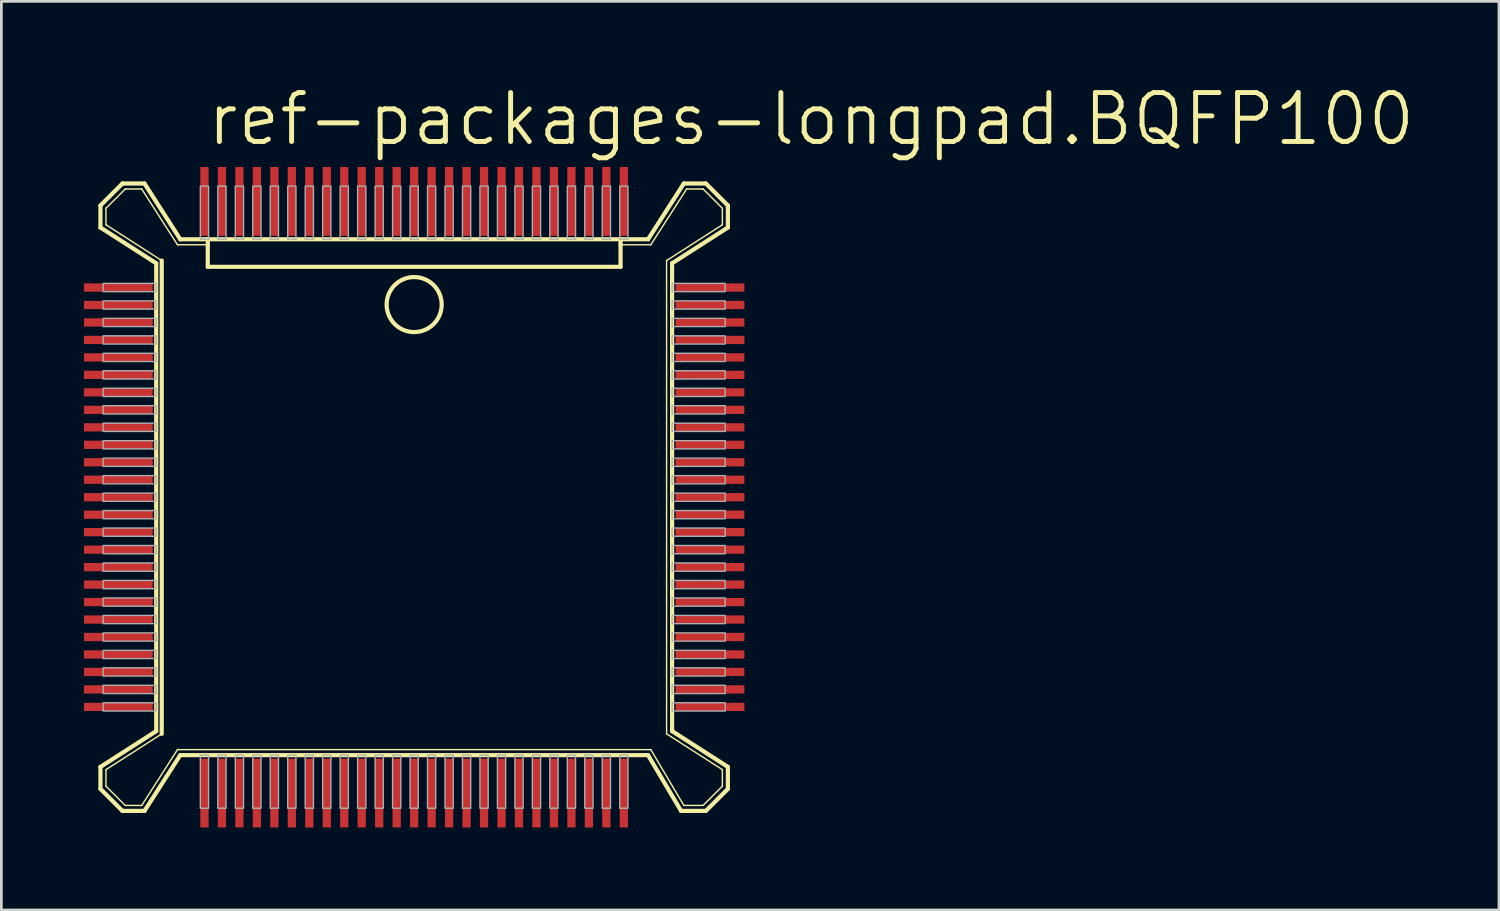
<source format=kicad_pcb>
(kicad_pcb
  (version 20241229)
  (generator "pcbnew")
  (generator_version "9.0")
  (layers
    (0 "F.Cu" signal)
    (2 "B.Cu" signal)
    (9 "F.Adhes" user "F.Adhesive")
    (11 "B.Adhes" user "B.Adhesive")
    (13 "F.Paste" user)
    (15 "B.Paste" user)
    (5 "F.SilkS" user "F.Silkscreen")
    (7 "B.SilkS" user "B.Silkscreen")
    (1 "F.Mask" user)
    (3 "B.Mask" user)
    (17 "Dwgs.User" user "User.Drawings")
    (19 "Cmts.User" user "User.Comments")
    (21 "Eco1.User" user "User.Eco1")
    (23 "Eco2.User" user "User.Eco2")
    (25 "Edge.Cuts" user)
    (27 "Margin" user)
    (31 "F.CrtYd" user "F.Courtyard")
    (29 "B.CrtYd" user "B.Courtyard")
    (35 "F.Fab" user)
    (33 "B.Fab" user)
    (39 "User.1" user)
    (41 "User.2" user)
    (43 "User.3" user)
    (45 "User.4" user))
  (footprint "ref-packages-longpad.BQFP100"
    (layer "F.Cu")
    (at 12 15.018)
    (property "Reference" "ref-packages-longpad.BQFP100" (at -7.62 -12.7 0) (layer "F.SilkS") (effects (font (size 1.778 1.778) (thickness 0.18)) (justify left bottom)))
    (attr smd)
    (fp_line (start -11.4 -10.6) (end -11.4 -9.8) (stroke (width 0.152) (type default)) (layer "F.SilkS"))
    (fp_line (start -11.4 10.6) (end -11.4 9.8) (stroke (width 0.152) (type default)) (layer "F.SilkS"))
    (fp_line (start -11.2 -10.5) (end -10.5 -11.2) (stroke (width 0.051) (type default)) (layer "F.SilkS"))
    (fp_line (start -11.2 -9.9) (end -11.2 -10.5) (stroke (width 0.051) (type default)) (layer "F.SilkS"))
    (fp_line (start -11.2 9.9) (end -9.173 8.6) (stroke (width 0.051) (type default)) (layer "F.SilkS"))
    (fp_line (start -11.2 10.5) (end -11.2 9.9) (stroke (width 0.051) (type default)) (layer "F.SilkS"))
    (fp_line (start -10.6 -11.4) (end -11.4 -10.6) (stroke (width 0.152) (type default)) (layer "F.SilkS"))
    (fp_line (start -10.6 -11.4) (end -9.8 -11.4) (stroke (width 0.152) (type default)) (layer "F.SilkS"))
    (fp_line (start -10.6 11.4) (end -11.4 10.6) (stroke (width 0.152) (type default)) (layer "F.SilkS"))
    (fp_line (start -10.6 11.4) (end -9.8 11.4) (stroke (width 0.152) (type default)) (layer "F.SilkS"))
    (fp_line (start -10.5 -11.2) (end -9.9 -11.2) (stroke (width 0.051) (type default)) (layer "F.SilkS"))
    (fp_line (start -10.5 11.2) (end -11.2 10.5) (stroke (width 0.051) (type default)) (layer "F.SilkS"))
    (fp_line (start -9.9 -11.2) (end -8.6 -9.173) (stroke (width 0.051) (type default)) (layer "F.SilkS"))
    (fp_line (start -9.9 11.2) (end -10.5 11.2) (stroke (width 0.051) (type default)) (layer "F.SilkS"))
    (fp_line (start -9.8 -11.4) (end -8.5 -9.373) (stroke (width 0.152) (type default)) (layer "F.SilkS"))
    (fp_line (start -9.8 11.4) (end -8.5 9.373) (stroke (width 0.152) (type default)) (layer "F.SilkS"))
    (fp_line (start -9.373 -8.5) (end -11.4 -9.8) (stroke (width 0.152) (type default)) (layer "F.SilkS"))
    (fp_line (start -9.373 8.5) (end -11.4 9.8) (stroke (width 0.152) (type default)) (layer "F.SilkS"))
    (fp_line (start -9.373 8.5) (end -9.373 -8.5) (stroke (width 0.152) (type default)) (layer "F.SilkS"))
    (fp_line (start -9.173 -8.6) (end -11.2 -9.9) (stroke (width 0.051) (type default)) (layer "F.SilkS"))
    (fp_line (start -9.173 8.6) (end -9.173 -8.6) (stroke (width 0.152) (type default)) (layer "F.SilkS"))
    (fp_line (start -8.6 -9.173) (end -7.5 -9.173) (stroke (width 0.051) (type default)) (layer "F.SilkS"))
    (fp_line (start -8.6 9.173) (end -9.9 11.2) (stroke (width 0.051) (type default)) (layer "F.SilkS"))
    (fp_line (start -8.5 -9.373) (end -7.5 -9.373) (stroke (width 0.152) (type default)) (layer "F.SilkS"))
    (fp_line (start -7.5 -9.373) (end 7.5 -9.373) (stroke (width 0.152) (type default)) (layer "F.SilkS"))
    (fp_line (start -7.5 -9.173) (end -7.5 -9.373) (stroke (width 0.152) (type default)) (layer "F.SilkS"))
    (fp_line (start -7.5 -8.373) (end -7.5 -9.173) (stroke (width 0.152) (type default)) (layer "F.SilkS"))
    (fp_line (start 7.5 -9.373) (end 7.5 -9.173) (stroke (width 0.152) (type default)) (layer "F.SilkS"))
    (fp_line (start 7.5 -9.373) (end 8.5 -9.373) (stroke (width 0.152) (type default)) (layer "F.SilkS"))
    (fp_line (start 7.5 -9.173) (end 7.5 -8.373) (stroke (width 0.152) (type default)) (layer "F.SilkS"))
    (fp_line (start 7.5 -8.373) (end -7.5 -8.373) (stroke (width 0.152) (type default)) (layer "F.SilkS"))
    (fp_line (start 8.5 9.373) (end -8.5 9.373) (stroke (width 0.152) (type default)) (layer "F.SilkS"))
    (fp_line (start 8.6 -9.173) (end 7.5 -9.173) (stroke (width 0.051) (type default)) (layer "F.SilkS"))
    (fp_line (start 8.6 9.173) (end -8.6 9.173) (stroke (width 0.051) (type default)) (layer "F.SilkS"))
    (fp_line (start 9.173 -8.6) (end 11.2 -9.9) (stroke (width 0.051) (type default)) (layer "F.SilkS"))
    (fp_line (start 9.173 8.6) (end 9.173 -8.6) (stroke (width 0.051) (type default)) (layer "F.SilkS"))
    (fp_line (start 9.373 -8.5) (end 9.373 8.5) (stroke (width 0.152) (type default)) (layer "F.SilkS"))
    (fp_line (start 9.7 11.4) (end 8.5 9.373) (stroke (width 0.152) (type default)) (layer "F.SilkS"))
    (fp_line (start 9.8 -11.4) (end 8.5 -9.373) (stroke (width 0.152) (type default)) (layer "F.SilkS"))
    (fp_line (start 9.8 11.2) (end 8.6 9.173) (stroke (width 0.051) (type default)) (layer "F.SilkS"))
    (fp_line (start 9.9 -11.2) (end 8.6 -9.173) (stroke (width 0.051) (type default)) (layer "F.SilkS"))
    (fp_line (start 10.5 -11.2) (end 9.9 -11.2) (stroke (width 0.051) (type default)) (layer "F.SilkS"))
    (fp_line (start 10.5 11.2) (end 9.8 11.2) (stroke (width 0.051) (type default)) (layer "F.SilkS"))
    (fp_line (start 10.6 -11.4) (end 9.8 -11.4) (stroke (width 0.152) (type default)) (layer "F.SilkS"))
    (fp_line (start 10.6 11.4) (end 9.7 11.4) (stroke (width 0.152) (type default)) (layer "F.SilkS"))
    (fp_line (start 10.6 11.4) (end 11.4 10.6) (stroke (width 0.152) (type default)) (layer "F.SilkS"))
    (fp_line (start 11.2 -10.5) (end 10.5 -11.2) (stroke (width 0.051) (type default)) (layer "F.SilkS"))
    (fp_line (start 11.2 -9.9) (end 11.2 -10.5) (stroke (width 0.051) (type default)) (layer "F.SilkS"))
    (fp_line (start 11.2 9.9) (end 9.173 8.6) (stroke (width 0.051) (type default)) (layer "F.SilkS"))
    (fp_line (start 11.2 10.5) (end 10.5 11.2) (stroke (width 0.051) (type default)) (layer "F.SilkS"))
    (fp_line (start 11.2 10.5) (end 11.2 9.9) (stroke (width 0.051) (type default)) (layer "F.SilkS"))
    (fp_line (start 11.4 -10.6) (end 10.6 -11.4) (stroke (width 0.152) (type default)) (layer "F.SilkS"))
    (fp_line (start 11.4 -10.6) (end 11.4 -9.8) (stroke (width 0.152) (type default)) (layer "F.SilkS"))
    (fp_line (start 11.4 -9.8) (end 9.373 -8.5) (stroke (width 0.152) (type default)) (layer "F.SilkS"))
    (fp_line (start 11.4 9.8) (end 9.373 8.5) (stroke (width 0.152) (type default)) (layer "F.SilkS"))
    (fp_line (start 11.4 10.6) (end 11.4 9.8) (stroke (width 0.152) (type default)) (layer "F.SilkS"))
    (fp_circle (center 0 -7) (end 1 -7) (stroke (width 0.152) (type default)) (fill no) (layer "F.SilkS"))
    (fp_rect (start -11.303 -7.47) (end -9.373 -7.77) (stroke (width 0.05) (type default)) (fill no) (layer "F.Fab"))
    (fp_rect (start -11.303 -6.835) (end -9.373 -7.135) (stroke (width 0.05) (type default)) (fill no) (layer "F.Fab"))
    (fp_rect (start -11.303 -6.2) (end -9.373 -6.5) (stroke (width 0.05) (type default)) (fill no) (layer "F.Fab"))
    (fp_rect (start -11.303 -5.565) (end -9.373 -5.865) (stroke (width 0.05) (type default)) (fill no) (layer "F.Fab"))
    (fp_rect (start -11.303 -4.93) (end -9.373 -5.23) (stroke (width 0.05) (type default)) (fill no) (layer "F.Fab"))
    (fp_rect (start -11.303 -4.295) (end -9.373 -4.595) (stroke (width 0.05) (type default)) (fill no) (layer "F.Fab"))
    (fp_rect (start -11.303 -3.66) (end -9.373 -3.96) (stroke (width 0.05) (type default)) (fill no) (layer "F.Fab"))
    (fp_rect (start -11.303 -3.025) (end -9.373 -3.325) (stroke (width 0.05) (type default)) (fill no) (layer "F.Fab"))
    (fp_rect (start -11.303 -2.39) (end -9.373 -2.69) (stroke (width 0.05) (type default)) (fill no) (layer "F.Fab"))
    (fp_rect (start -11.303 -1.755) (end -9.373 -2.055) (stroke (width 0.05) (type default)) (fill no) (layer "F.Fab"))
    (fp_rect (start -11.303 -1.12) (end -9.373 -1.42) (stroke (width 0.05) (type default)) (fill no) (layer "F.Fab"))
    (fp_rect (start -11.303 -0.485) (end -9.373 -0.785) (stroke (width 0.05) (type default)) (fill no) (layer "F.Fab"))
    (fp_rect (start -11.303 0.15) (end -9.373 -0.15) (stroke (width 0.05) (type default)) (fill no) (layer "F.Fab"))
    (fp_rect (start -11.303 0.785) (end -9.373 0.485) (stroke (width 0.05) (type default)) (fill no) (layer "F.Fab"))
    (fp_rect (start -11.303 1.42) (end -9.373 1.12) (stroke (width 0.05) (type default)) (fill no) (layer "F.Fab"))
    (fp_rect (start -11.303 2.055) (end -9.373 1.755) (stroke (width 0.05) (type default)) (fill no) (layer "F.Fab"))
    (fp_rect (start -11.303 2.69) (end -9.373 2.39) (stroke (width 0.05) (type default)) (fill no) (layer "F.Fab"))
    (fp_rect (start -11.303 3.325) (end -9.373 3.025) (stroke (width 0.05) (type default)) (fill no) (layer "F.Fab"))
    (fp_rect (start -11.303 3.96) (end -9.373 3.66) (stroke (width 0.05) (type default)) (fill no) (layer "F.Fab"))
    (fp_rect (start -11.303 4.595) (end -9.373 4.295) (stroke (width 0.05) (type default)) (fill no) (layer "F.Fab"))
    (fp_rect (start -11.303 5.23) (end -9.373 4.93) (stroke (width 0.05) (type default)) (fill no) (layer "F.Fab"))
    (fp_rect (start -11.303 5.865) (end -9.373 5.565) (stroke (width 0.05) (type default)) (fill no) (layer "F.Fab"))
    (fp_rect (start -11.303 6.5) (end -9.373 6.2) (stroke (width 0.05) (type default)) (fill no) (layer "F.Fab"))
    (fp_rect (start -11.303 7.135) (end -9.373 6.835) (stroke (width 0.05) (type default)) (fill no) (layer "F.Fab"))
    (fp_rect (start -11.303 7.77) (end -9.373 7.47) (stroke (width 0.05) (type default)) (fill no) (layer "F.Fab"))
    (fp_rect (start -7.77 -9.373) (end -7.47 -11.303) (stroke (width 0.05) (type default)) (fill no) (layer "F.Fab"))
    (fp_rect (start -7.77 11.303) (end -7.47 9.373) (stroke (width 0.05) (type default)) (fill no) (layer "F.Fab"))
    (fp_rect (start -7.135 -9.373) (end -6.835 -11.303) (stroke (width 0.05) (type default)) (fill no) (layer "F.Fab"))
    (fp_rect (start -7.135 11.303) (end -6.835 9.373) (stroke (width 0.05) (type default)) (fill no) (layer "F.Fab"))
    (fp_rect (start -6.5 -9.373) (end -6.2 -11.303) (stroke (width 0.05) (type default)) (fill no) (layer "F.Fab"))
    (fp_rect (start -6.5 11.303) (end -6.2 9.373) (stroke (width 0.05) (type default)) (fill no) (layer "F.Fab"))
    (fp_rect (start -5.865 -9.373) (end -5.565 -11.303) (stroke (width 0.05) (type default)) (fill no) (layer "F.Fab"))
    (fp_rect (start -5.865 11.303) (end -5.565 9.373) (stroke (width 0.05) (type default)) (fill no) (layer "F.Fab"))
    (fp_rect (start -5.23 -9.373) (end -4.93 -11.303) (stroke (width 0.05) (type default)) (fill no) (layer "F.Fab"))
    (fp_rect (start -5.23 11.303) (end -4.93 9.373) (stroke (width 0.05) (type default)) (fill no) (layer "F.Fab"))
    (fp_rect (start -4.595 -9.373) (end -4.295 -11.303) (stroke (width 0.05) (type default)) (fill no) (layer "F.Fab"))
    (fp_rect (start -4.595 11.303) (end -4.295 9.373) (stroke (width 0.05) (type default)) (fill no) (layer "F.Fab"))
    (fp_rect (start -3.96 -9.373) (end -3.66 -11.303) (stroke (width 0.05) (type default)) (fill no) (layer "F.Fab"))
    (fp_rect (start -3.96 11.303) (end -3.66 9.373) (stroke (width 0.05) (type default)) (fill no) (layer "F.Fab"))
    (fp_rect (start -3.325 -9.373) (end -3.025 -11.303) (stroke (width 0.05) (type default)) (fill no) (layer "F.Fab"))
    (fp_rect (start -3.325 11.303) (end -3.025 9.373) (stroke (width 0.05) (type default)) (fill no) (layer "F.Fab"))
    (fp_rect (start -2.69 -9.373) (end -2.39 -11.303) (stroke (width 0.05) (type default)) (fill no) (layer "F.Fab"))
    (fp_rect (start -2.69 11.303) (end -2.39 9.373) (stroke (width 0.05) (type default)) (fill no) (layer "F.Fab"))
    (fp_rect (start -2.055 -9.373) (end -1.755 -11.303) (stroke (width 0.05) (type default)) (fill no) (layer "F.Fab"))
    (fp_rect (start -2.055 11.303) (end -1.755 9.373) (stroke (width 0.05) (type default)) (fill no) (layer "F.Fab"))
    (fp_rect (start -1.42 -9.373) (end -1.12 -11.303) (stroke (width 0.05) (type default)) (fill no) (layer "F.Fab"))
    (fp_rect (start -1.42 11.303) (end -1.12 9.373) (stroke (width 0.05) (type default)) (fill no) (layer "F.Fab"))
    (fp_rect (start -0.785 -9.373) (end -0.485 -11.303) (stroke (width 0.05) (type default)) (fill no) (layer "F.Fab"))
    (fp_rect (start -0.785 11.303) (end -0.485 9.373) (stroke (width 0.05) (type default)) (fill no) (layer "F.Fab"))
    (fp_rect (start -0.15 -9.373) (end 0.15 -11.303) (stroke (width 0.05) (type default)) (fill no) (layer "F.Fab"))
    (fp_rect (start -0.15 11.303) (end 0.15 9.373) (stroke (width 0.05) (type default)) (fill no) (layer "F.Fab"))
    (fp_rect (start 0.485 -9.373) (end 0.785 -11.303) (stroke (width 0.05) (type default)) (fill no) (layer "F.Fab"))
    (fp_rect (start 0.485 11.303) (end 0.785 9.373) (stroke (width 0.05) (type default)) (fill no) (layer "F.Fab"))
    (fp_rect (start 1.12 -9.373) (end 1.42 -11.303) (stroke (width 0.05) (type default)) (fill no) (layer "F.Fab"))
    (fp_rect (start 1.12 11.303) (end 1.42 9.373) (stroke (width 0.05) (type default)) (fill no) (layer "F.Fab"))
    (fp_rect (start 1.755 -9.373) (end 2.055 -11.303) (stroke (width 0.05) (type default)) (fill no) (layer "F.Fab"))
    (fp_rect (start 1.755 11.303) (end 2.055 9.373) (stroke (width 0.05) (type default)) (fill no) (layer "F.Fab"))
    (fp_rect (start 2.39 -9.373) (end 2.69 -11.303) (stroke (width 0.05) (type default)) (fill no) (layer "F.Fab"))
    (fp_rect (start 2.39 11.303) (end 2.69 9.373) (stroke (width 0.05) (type default)) (fill no) (layer "F.Fab"))
    (fp_rect (start 3.025 -9.373) (end 3.325 -11.303) (stroke (width 0.05) (type default)) (fill no) (layer "F.Fab"))
    (fp_rect (start 3.025 11.303) (end 3.325 9.373) (stroke (width 0.05) (type default)) (fill no) (layer "F.Fab"))
    (fp_rect (start 3.66 -9.373) (end 3.96 -11.303) (stroke (width 0.05) (type default)) (fill no) (layer "F.Fab"))
    (fp_rect (start 3.66 11.303) (end 3.96 9.373) (stroke (width 0.05) (type default)) (fill no) (layer "F.Fab"))
    (fp_rect (start 4.295 -9.373) (end 4.595 -11.303) (stroke (width 0.05) (type default)) (fill no) (layer "F.Fab"))
    (fp_rect (start 4.295 11.303) (end 4.595 9.373) (stroke (width 0.05) (type default)) (fill no) (layer "F.Fab"))
    (fp_rect (start 4.93 -9.373) (end 5.23 -11.303) (stroke (width 0.05) (type default)) (fill no) (layer "F.Fab"))
    (fp_rect (start 4.93 11.303) (end 5.23 9.373) (stroke (width 0.05) (type default)) (fill no) (layer "F.Fab"))
    (fp_rect (start 5.565 -9.373) (end 5.865 -11.303) (stroke (width 0.05) (type default)) (fill no) (layer "F.Fab"))
    (fp_rect (start 5.565 11.303) (end 5.865 9.373) (stroke (width 0.05) (type default)) (fill no) (layer "F.Fab"))
    (fp_rect (start 6.2 -9.373) (end 6.5 -11.303) (stroke (width 0.05) (type default)) (fill no) (layer "F.Fab"))
    (fp_rect (start 6.2 11.303) (end 6.5 9.373) (stroke (width 0.05) (type default)) (fill no) (layer "F.Fab"))
    (fp_rect (start 6.835 -9.373) (end 7.135 -11.303) (stroke (width 0.05) (type default)) (fill no) (layer "F.Fab"))
    (fp_rect (start 6.835 11.303) (end 7.135 9.373) (stroke (width 0.05) (type default)) (fill no) (layer "F.Fab"))
    (fp_rect (start 7.47 -9.373) (end 7.77 -11.303) (stroke (width 0.05) (type default)) (fill no) (layer "F.Fab"))
    (fp_rect (start 7.47 11.303) (end 7.77 9.373) (stroke (width 0.05) (type default)) (fill no) (layer "F.Fab"))
    (fp_rect (start 9.373 -7.47) (end 11.303 -7.77) (stroke (width 0.05) (type default)) (fill no) (layer "F.Fab"))
    (fp_rect (start 9.373 -6.835) (end 11.303 -7.135) (stroke (width 0.05) (type default)) (fill no) (layer "F.Fab"))
    (fp_rect (start 9.373 -6.2) (end 11.303 -6.5) (stroke (width 0.05) (type default)) (fill no) (layer "F.Fab"))
    (fp_rect (start 9.373 -5.565) (end 11.303 -5.865) (stroke (width 0.05) (type default)) (fill no) (layer "F.Fab"))
    (fp_rect (start 9.373 -4.93) (end 11.303 -5.23) (stroke (width 0.05) (type default)) (fill no) (layer "F.Fab"))
    (fp_rect (start 9.373 -4.295) (end 11.303 -4.595) (stroke (width 0.05) (type default)) (fill no) (layer "F.Fab"))
    (fp_rect (start 9.373 -3.66) (end 11.303 -3.96) (stroke (width 0.05) (type default)) (fill no) (layer "F.Fab"))
    (fp_rect (start 9.373 -3.025) (end 11.303 -3.325) (stroke (width 0.05) (type default)) (fill no) (layer "F.Fab"))
    (fp_rect (start 9.373 -2.39) (end 11.303 -2.69) (stroke (width 0.05) (type default)) (fill no) (layer "F.Fab"))
    (fp_rect (start 9.373 -1.755) (end 11.303 -2.055) (stroke (width 0.05) (type default)) (fill no) (layer "F.Fab"))
    (fp_rect (start 9.373 -1.12) (end 11.303 -1.42) (stroke (width 0.05) (type default)) (fill no) (layer "F.Fab"))
    (fp_rect (start 9.373 -0.485) (end 11.303 -0.785) (stroke (width 0.05) (type default)) (fill no) (layer "F.Fab"))
    (fp_rect (start 9.373 0.15) (end 11.303 -0.15) (stroke (width 0.05) (type default)) (fill no) (layer "F.Fab"))
    (fp_rect (start 9.373 0.785) (end 11.303 0.485) (stroke (width 0.05) (type default)) (fill no) (layer "F.Fab"))
    (fp_rect (start 9.373 1.42) (end 11.303 1.12) (stroke (width 0.05) (type default)) (fill no) (layer "F.Fab"))
    (fp_rect (start 9.373 2.055) (end 11.303 1.755) (stroke (width 0.05) (type default)) (fill no) (layer "F.Fab"))
    (fp_rect (start 9.373 2.69) (end 11.303 2.39) (stroke (width 0.05) (type default)) (fill no) (layer "F.Fab"))
    (fp_rect (start 9.373 3.325) (end 11.303 3.025) (stroke (width 0.05) (type default)) (fill no) (layer "F.Fab"))
    (fp_rect (start 9.373 3.96) (end 11.303 3.66) (stroke (width 0.05) (type default)) (fill no) (layer "F.Fab"))
    (fp_rect (start 9.373 4.595) (end 11.303 4.295) (stroke (width 0.05) (type default)) (fill no) (layer "F.Fab"))
    (fp_rect (start 9.373 5.23) (end 11.303 4.93) (stroke (width 0.05) (type default)) (fill no) (layer "F.Fab"))
    (fp_rect (start 9.373 5.865) (end 11.303 5.565) (stroke (width 0.05) (type default)) (fill no) (layer "F.Fab"))
    (fp_rect (start 9.373 6.5) (end 11.303 6.2) (stroke (width 0.05) (type default)) (fill no) (layer "F.Fab"))
    (fp_rect (start 9.373 7.135) (end 11.303 6.835) (stroke (width 0.05) (type default)) (fill no) (layer "F.Fab"))
    (fp_rect (start 9.373 7.77) (end 11.303 7.47) (stroke (width 0.05) (type default)) (fill no) (layer "F.Fab"))
    (pad "1" smd roundrect (at 0 -10.75) (size 0.3 2.5) (layers "F.Cu" "F.Mask" "F.Paste") (roundrect_rratio 0.01))
    (pad "2" smd roundrect (at -0.635 -10.75) (size 0.3 2.5) (layers "F.Cu" "F.Mask" "F.Paste") (roundrect_rratio 0.01))
    (pad "3" smd roundrect (at -1.27 -10.75) (size 0.3 2.5) (layers "F.Cu" "F.Mask" "F.Paste") (roundrect_rratio 0.01))
    (pad "4" smd roundrect (at -1.905 -10.75) (size 0.3 2.5) (layers "F.Cu" "F.Mask" "F.Paste") (roundrect_rratio 0.01))
    (pad "5" smd roundrect (at -2.54 -10.75) (size 0.3 2.5) (layers "F.Cu" "F.Mask" "F.Paste") (roundrect_rratio 0.01))
    (pad "6" smd roundrect (at -3.175 -10.75) (size 0.3 2.5) (layers "F.Cu" "F.Mask" "F.Paste") (roundrect_rratio 0.01))
    (pad "7" smd roundrect (at -3.81 -10.75) (size 0.3 2.5) (layers "F.Cu" "F.Mask" "F.Paste") (roundrect_rratio 0.01))
    (pad "8" smd roundrect (at -4.445 -10.75) (size 0.3 2.5) (layers "F.Cu" "F.Mask" "F.Paste") (roundrect_rratio 0.01))
    (pad "9" smd roundrect (at -5.08 -10.75) (size 0.3 2.5) (layers "F.Cu" "F.Mask" "F.Paste") (roundrect_rratio 0.01))
    (pad "10" smd roundrect (at -5.715 -10.75) (size 0.3 2.5) (layers "F.Cu" "F.Mask" "F.Paste") (roundrect_rratio 0.01))
    (pad "11" smd roundrect (at -6.35 -10.75) (size 0.3 2.5) (layers "F.Cu" "F.Mask" "F.Paste") (roundrect_rratio 0.01))
    (pad "12" smd roundrect (at -6.985 -10.75) (size 0.3 2.5) (layers "F.Cu" "F.Mask" "F.Paste") (roundrect_rratio 0.01))
    (pad "13" smd roundrect (at -7.62 -10.75) (size 0.3 2.5) (layers "F.Cu" "F.Mask" "F.Paste") (roundrect_rratio 0.01))
    (pad "14" smd roundrect (at -10.75 -7.62) (size 2.5 0.3) (layers "F.Cu" "F.Mask" "F.Paste") (roundrect_rratio 0.01))
    (pad "15" smd roundrect (at -10.75 -6.985) (size 2.5 0.3) (layers "F.Cu" "F.Mask" "F.Paste") (roundrect_rratio 0.01))
    (pad "16" smd roundrect (at -10.75 -6.35) (size 2.5 0.3) (layers "F.Cu" "F.Mask" "F.Paste") (roundrect_rratio 0.01))
    (pad "17" smd roundrect (at -10.75 -5.715) (size 2.5 0.3) (layers "F.Cu" "F.Mask" "F.Paste") (roundrect_rratio 0.01))
    (pad "18" smd roundrect (at -10.75 -5.08) (size 2.5 0.3) (layers "F.Cu" "F.Mask" "F.Paste") (roundrect_rratio 0.01))
    (pad "19" smd roundrect (at -10.75 -4.445) (size 2.5 0.3) (layers "F.Cu" "F.Mask" "F.Paste") (roundrect_rratio 0.01))
    (pad "20" smd roundrect (at -10.75 -3.81) (size 2.5 0.3) (layers "F.Cu" "F.Mask" "F.Paste") (roundrect_rratio 0.01))
    (pad "21" smd roundrect (at -10.75 -3.175) (size 2.5 0.3) (layers "F.Cu" "F.Mask" "F.Paste") (roundrect_rratio 0.01))
    (pad "22" smd roundrect (at -10.75 -2.54) (size 2.5 0.3) (layers "F.Cu" "F.Mask" "F.Paste") (roundrect_rratio 0.01))
    (pad "23" smd roundrect (at -10.75 -1.905) (size 2.5 0.3) (layers "F.Cu" "F.Mask" "F.Paste") (roundrect_rratio 0.01))
    (pad "24" smd roundrect (at -10.75 -1.27) (size 2.5 0.3) (layers "F.Cu" "F.Mask" "F.Paste") (roundrect_rratio 0.01))
    (pad "25" smd roundrect (at -10.75 -0.635) (size 2.5 0.3) (layers "F.Cu" "F.Mask" "F.Paste") (roundrect_rratio 0.01))
    (pad "26" smd roundrect (at -10.75 0) (size 2.5 0.3) (layers "F.Cu" "F.Mask" "F.Paste") (roundrect_rratio 0.01))
    (pad "27" smd roundrect (at -10.75 0.635) (size 2.5 0.3) (layers "F.Cu" "F.Mask" "F.Paste") (roundrect_rratio 0.01))
    (pad "28" smd roundrect (at -10.75 1.27) (size 2.5 0.3) (layers "F.Cu" "F.Mask" "F.Paste") (roundrect_rratio 0.01))
    (pad "29" smd roundrect (at -10.75 1.905) (size 2.5 0.3) (layers "F.Cu" "F.Mask" "F.Paste") (roundrect_rratio 0.01))
    (pad "30" smd roundrect (at -10.75 2.54) (size 2.5 0.3) (layers "F.Cu" "F.Mask" "F.Paste") (roundrect_rratio 0.01))
    (pad "31" smd roundrect (at -10.75 3.175) (size 2.5 0.3) (layers "F.Cu" "F.Mask" "F.Paste") (roundrect_rratio 0.01))
    (pad "32" smd roundrect (at -10.75 3.81) (size 2.5 0.3) (layers "F.Cu" "F.Mask" "F.Paste") (roundrect_rratio 0.01))
    (pad "33" smd roundrect (at -10.75 4.445) (size 2.5 0.3) (layers "F.Cu" "F.Mask" "F.Paste") (roundrect_rratio 0.01))
    (pad "34" smd roundrect (at -10.75 5.08) (size 2.5 0.3) (layers "F.Cu" "F.Mask" "F.Paste") (roundrect_rratio 0.01))
    (pad "35" smd roundrect (at -10.75 5.715) (size 2.5 0.3) (layers "F.Cu" "F.Mask" "F.Paste") (roundrect_rratio 0.01))
    (pad "36" smd roundrect (at -10.75 6.35) (size 2.5 0.3) (layers "F.Cu" "F.Mask" "F.Paste") (roundrect_rratio 0.01))
    (pad "37" smd roundrect (at -10.75 6.985) (size 2.5 0.3) (layers "F.Cu" "F.Mask" "F.Paste") (roundrect_rratio 0.01))
    (pad "38" smd roundrect (at -10.75 7.62) (size 2.5 0.3) (layers "F.Cu" "F.Mask" "F.Paste") (roundrect_rratio 0.01))
    (pad "39" smd roundrect (at -7.62 10.75) (size 0.3 2.5) (layers "F.Cu" "F.Mask" "F.Paste") (roundrect_rratio 0.01))
    (pad "40" smd roundrect (at -6.985 10.75) (size 0.3 2.5) (layers "F.Cu" "F.Mask" "F.Paste") (roundrect_rratio 0.01))
    (pad "41" smd roundrect (at -6.35 10.75) (size 0.3 2.5) (layers "F.Cu" "F.Mask" "F.Paste") (roundrect_rratio 0.01))
    (pad "42" smd roundrect (at -5.715 10.75) (size 0.3 2.5) (layers "F.Cu" "F.Mask" "F.Paste") (roundrect_rratio 0.01))
    (pad "43" smd roundrect (at -5.08 10.75) (size 0.3 2.5) (layers "F.Cu" "F.Mask" "F.Paste") (roundrect_rratio 0.01))
    (pad "44" smd roundrect (at -4.445 10.75) (size 0.3 2.5) (layers "F.Cu" "F.Mask" "F.Paste") (roundrect_rratio 0.01))
    (pad "45" smd roundrect (at -3.81 10.75) (size 0.3 2.5) (layers "F.Cu" "F.Mask" "F.Paste") (roundrect_rratio 0.01))
    (pad "46" smd roundrect (at -3.175 10.75) (size 0.3 2.5) (layers "F.Cu" "F.Mask" "F.Paste") (roundrect_rratio 0.01))
    (pad "47" smd roundrect (at -2.54 10.75) (size 0.3 2.5) (layers "F.Cu" "F.Mask" "F.Paste") (roundrect_rratio 0.01))
    (pad "48" smd roundrect (at -1.905 10.75) (size 0.3 2.5) (layers "F.Cu" "F.Mask" "F.Paste") (roundrect_rratio 0.01))
    (pad "49" smd roundrect (at -1.27 10.75) (size 0.3 2.5) (layers "F.Cu" "F.Mask" "F.Paste") (roundrect_rratio 0.01))
    (pad "50" smd roundrect (at -0.635 10.75) (size 0.3 2.5) (layers "F.Cu" "F.Mask" "F.Paste") (roundrect_rratio 0.01))
    (pad "51" smd roundrect (at 0 10.75) (size 0.3 2.5) (layers "F.Cu" "F.Mask" "F.Paste") (roundrect_rratio 0.01))
    (pad "52" smd roundrect (at 0.635 10.75) (size 0.3 2.5) (layers "F.Cu" "F.Mask" "F.Paste") (roundrect_rratio 0.01))
    (pad "53" smd roundrect (at 1.27 10.75) (size 0.3 2.5) (layers "F.Cu" "F.Mask" "F.Paste") (roundrect_rratio 0.01))
    (pad "54" smd roundrect (at 1.905 10.75) (size 0.3 2.5) (layers "F.Cu" "F.Mask" "F.Paste") (roundrect_rratio 0.01))
    (pad "55" smd roundrect (at 2.54 10.75) (size 0.3 2.5) (layers "F.Cu" "F.Mask" "F.Paste") (roundrect_rratio 0.01))
    (pad "56" smd roundrect (at 3.175 10.75) (size 0.3 2.5) (layers "F.Cu" "F.Mask" "F.Paste") (roundrect_rratio 0.01))
    (pad "57" smd roundrect (at 3.81 10.75) (size 0.3 2.5) (layers "F.Cu" "F.Mask" "F.Paste") (roundrect_rratio 0.01))
    (pad "58" smd roundrect (at 4.445 10.75) (size 0.3 2.5) (layers "F.Cu" "F.Mask" "F.Paste") (roundrect_rratio 0.01))
    (pad "59" smd roundrect (at 5.08 10.75) (size 0.3 2.5) (layers "F.Cu" "F.Mask" "F.Paste") (roundrect_rratio 0.01))
    (pad "60" smd roundrect (at 5.715 10.75) (size 0.3 2.5) (layers "F.Cu" "F.Mask" "F.Paste") (roundrect_rratio 0.01))
    (pad "61" smd roundrect (at 6.35 10.75) (size 0.3 2.5) (layers "F.Cu" "F.Mask" "F.Paste") (roundrect_rratio 0.01))
    (pad "62" smd roundrect (at 6.985 10.75) (size 0.3 2.5) (layers "F.Cu" "F.Mask" "F.Paste") (roundrect_rratio 0.01))
    (pad "63" smd roundrect (at 7.62 10.75) (size 0.3 2.5) (layers "F.Cu" "F.Mask" "F.Paste") (roundrect_rratio 0.01))
    (pad "64" smd roundrect (at 10.75 7.62) (size 2.5 0.3) (layers "F.Cu" "F.Mask" "F.Paste") (roundrect_rratio 0.01))
    (pad "65" smd roundrect (at 10.75 6.985) (size 2.5 0.3) (layers "F.Cu" "F.Mask" "F.Paste") (roundrect_rratio 0.01))
    (pad "66" smd roundrect (at 10.75 6.35) (size 2.5 0.3) (layers "F.Cu" "F.Mask" "F.Paste") (roundrect_rratio 0.01))
    (pad "67" smd roundrect (at 10.75 5.715) (size 2.5 0.3) (layers "F.Cu" "F.Mask" "F.Paste") (roundrect_rratio 0.01))
    (pad "68" smd roundrect (at 10.75 5.08) (size 2.5 0.3) (layers "F.Cu" "F.Mask" "F.Paste") (roundrect_rratio 0.01))
    (pad "69" smd roundrect (at 10.75 4.445) (size 2.5 0.3) (layers "F.Cu" "F.Mask" "F.Paste") (roundrect_rratio 0.01))
    (pad "70" smd roundrect (at 10.75 3.81) (size 2.5 0.3) (layers "F.Cu" "F.Mask" "F.Paste") (roundrect_rratio 0.01))
    (pad "71" smd roundrect (at 10.75 3.175) (size 2.5 0.3) (layers "F.Cu" "F.Mask" "F.Paste") (roundrect_rratio 0.01))
    (pad "72" smd roundrect (at 10.75 2.54) (size 2.5 0.3) (layers "F.Cu" "F.Mask" "F.Paste") (roundrect_rratio 0.01))
    (pad "73" smd roundrect (at 10.75 1.905) (size 2.5 0.3) (layers "F.Cu" "F.Mask" "F.Paste") (roundrect_rratio 0.01))
    (pad "74" smd roundrect (at 10.75 1.27) (size 2.5 0.3) (layers "F.Cu" "F.Mask" "F.Paste") (roundrect_rratio 0.01))
    (pad "75" smd roundrect (at 10.75 0.635) (size 2.5 0.3) (layers "F.Cu" "F.Mask" "F.Paste") (roundrect_rratio 0.01))
    (pad "76" smd roundrect (at 10.75 0) (size 2.5 0.3) (layers "F.Cu" "F.Mask" "F.Paste") (roundrect_rratio 0.01))
    (pad "77" smd roundrect (at 10.75 -0.635) (size 2.5 0.3) (layers "F.Cu" "F.Mask" "F.Paste") (roundrect_rratio 0.01))
    (pad "78" smd roundrect (at 10.75 -1.27) (size 2.5 0.3) (layers "F.Cu" "F.Mask" "F.Paste") (roundrect_rratio 0.01))
    (pad "79" smd roundrect (at 10.75 -1.905) (size 2.5 0.3) (layers "F.Cu" "F.Mask" "F.Paste") (roundrect_rratio 0.01))
    (pad "80" smd roundrect (at 10.75 -2.54) (size 2.5 0.3) (layers "F.Cu" "F.Mask" "F.Paste") (roundrect_rratio 0.01))
    (pad "81" smd roundrect (at 10.75 -3.175) (size 2.5 0.3) (layers "F.Cu" "F.Mask" "F.Paste") (roundrect_rratio 0.01))
    (pad "82" smd roundrect (at 10.75 -3.81) (size 2.5 0.3) (layers "F.Cu" "F.Mask" "F.Paste") (roundrect_rratio 0.01))
    (pad "83" smd roundrect (at 10.75 -4.445) (size 2.5 0.3) (layers "F.Cu" "F.Mask" "F.Paste") (roundrect_rratio 0.01))
    (pad "84" smd roundrect (at 10.75 -5.08) (size 2.5 0.3) (layers "F.Cu" "F.Mask" "F.Paste") (roundrect_rratio 0.01))
    (pad "85" smd roundrect (at 10.75 -5.715) (size 2.5 0.3) (layers "F.Cu" "F.Mask" "F.Paste") (roundrect_rratio 0.01))
    (pad "86" smd roundrect (at 10.75 -6.35) (size 2.5 0.3) (layers "F.Cu" "F.Mask" "F.Paste") (roundrect_rratio 0.01))
    (pad "87" smd roundrect (at 10.75 -6.985) (size 2.5 0.3) (layers "F.Cu" "F.Mask" "F.Paste") (roundrect_rratio 0.01))
    (pad "88" smd roundrect (at 10.75 -7.62) (size 2.5 0.3) (layers "F.Cu" "F.Mask" "F.Paste") (roundrect_rratio 0.01))
    (pad "89" smd roundrect (at 7.62 -10.75) (size 0.3 2.5) (layers "F.Cu" "F.Mask" "F.Paste") (roundrect_rratio 0.01))
    (pad "90" smd roundrect (at 6.985 -10.75) (size 0.3 2.5) (layers "F.Cu" "F.Mask" "F.Paste") (roundrect_rratio 0.01))
    (pad "91" smd roundrect (at 6.35 -10.75) (size 0.3 2.5) (layers "F.Cu" "F.Mask" "F.Paste") (roundrect_rratio 0.01))
    (pad "92" smd roundrect (at 5.715 -10.75) (size 0.3 2.5) (layers "F.Cu" "F.Mask" "F.Paste") (roundrect_rratio 0.01))
    (pad "93" smd roundrect (at 5.08 -10.75) (size 0.3 2.5) (layers "F.Cu" "F.Mask" "F.Paste") (roundrect_rratio 0.01))
    (pad "94" smd roundrect (at 4.445 -10.75) (size 0.3 2.5) (layers "F.Cu" "F.Mask" "F.Paste") (roundrect_rratio 0.01))
    (pad "95" smd roundrect (at 3.81 -10.75) (size 0.3 2.5) (layers "F.Cu" "F.Mask" "F.Paste") (roundrect_rratio 0.01))
    (pad "96" smd roundrect (at 3.175 -10.75) (size 0.3 2.5) (layers "F.Cu" "F.Mask" "F.Paste") (roundrect_rratio 0.01))
    (pad "97" smd roundrect (at 2.54 -10.75) (size 0.3 2.5) (layers "F.Cu" "F.Mask" "F.Paste") (roundrect_rratio 0.01))
    (pad "98" smd roundrect (at 1.905 -10.75) (size 0.3 2.5) (layers "F.Cu" "F.Mask" "F.Paste") (roundrect_rratio 0.01))
    (pad "99" smd roundrect (at 1.27 -10.75) (size 0.3 2.5) (layers "F.Cu" "F.Mask" "F.Paste") (roundrect_rratio 0.01))
    (pad "100" smd roundrect (at 0.635 -10.75) (size 0.3 2.5) (layers "F.Cu" "F.Mask" "F.Paste") (roundrect_rratio 0.01)))
  (gr_rect
    (start -3 -3)
    (end 51.422 30.018)
    (stroke (width 0.1) (type default))
    (fill no)
    (layer "Edge.Cuts")))
</source>
